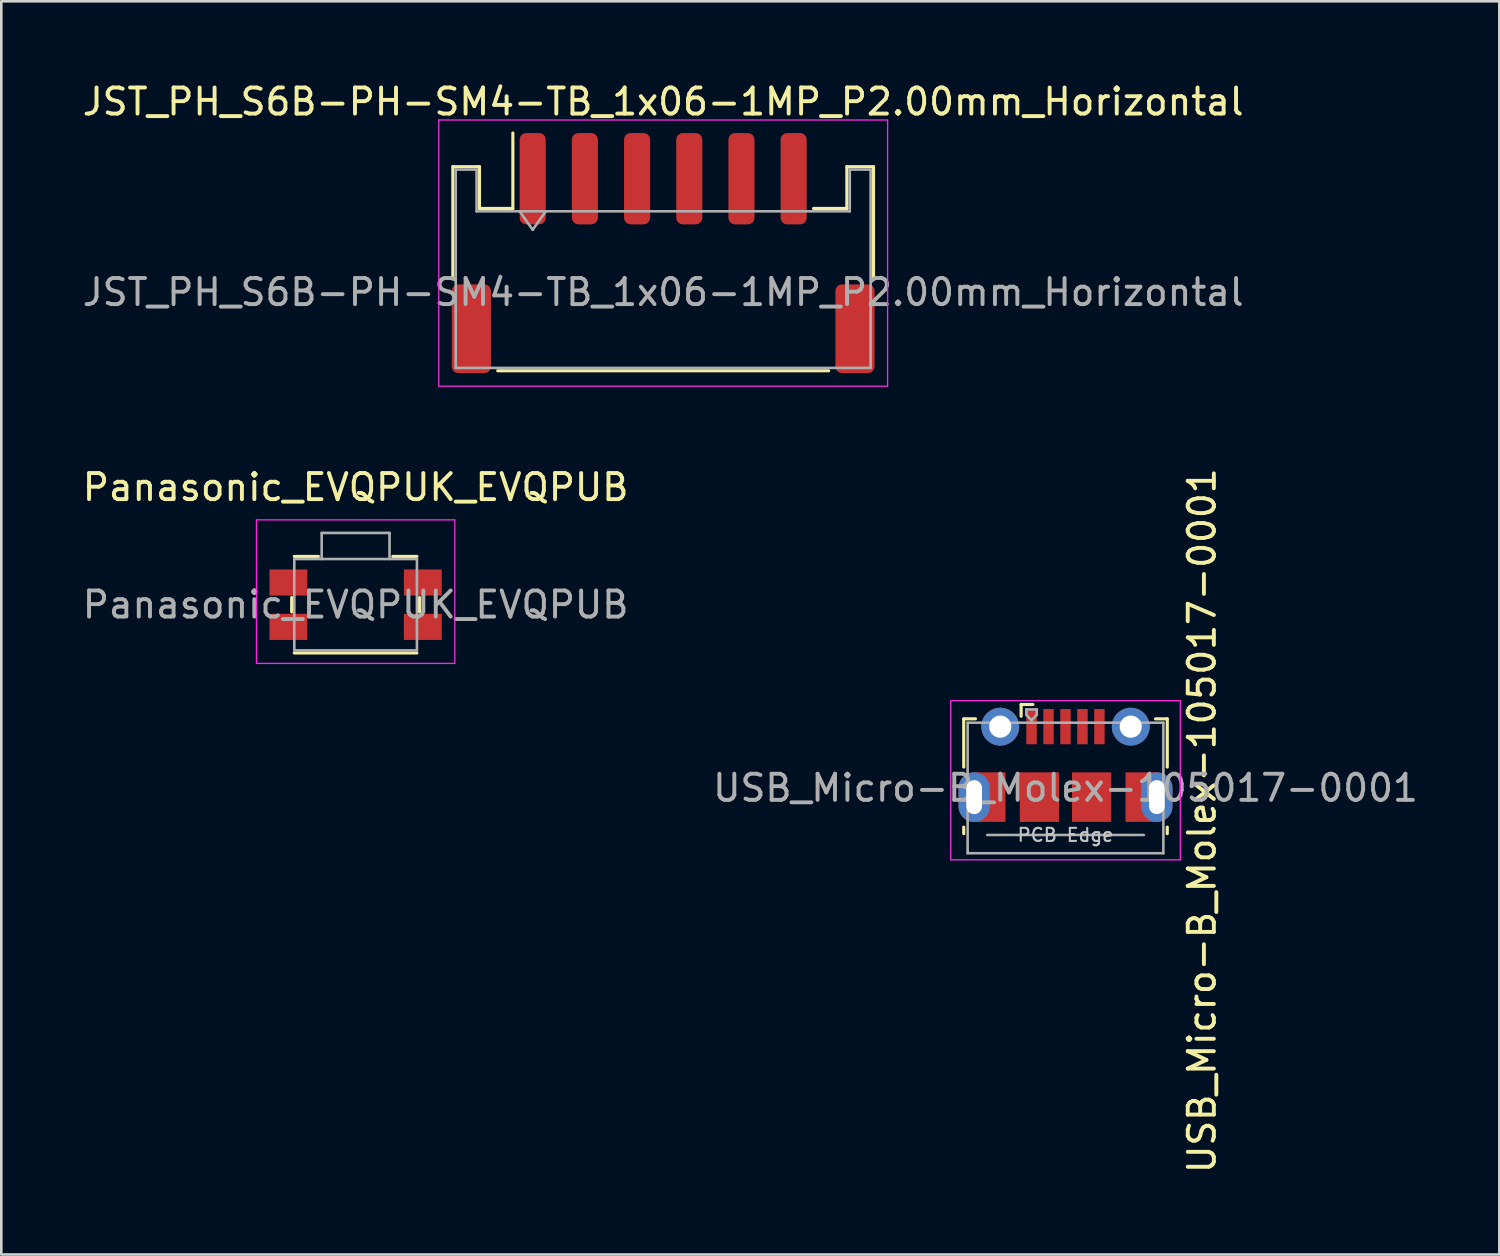
<source format=kicad_pcb>
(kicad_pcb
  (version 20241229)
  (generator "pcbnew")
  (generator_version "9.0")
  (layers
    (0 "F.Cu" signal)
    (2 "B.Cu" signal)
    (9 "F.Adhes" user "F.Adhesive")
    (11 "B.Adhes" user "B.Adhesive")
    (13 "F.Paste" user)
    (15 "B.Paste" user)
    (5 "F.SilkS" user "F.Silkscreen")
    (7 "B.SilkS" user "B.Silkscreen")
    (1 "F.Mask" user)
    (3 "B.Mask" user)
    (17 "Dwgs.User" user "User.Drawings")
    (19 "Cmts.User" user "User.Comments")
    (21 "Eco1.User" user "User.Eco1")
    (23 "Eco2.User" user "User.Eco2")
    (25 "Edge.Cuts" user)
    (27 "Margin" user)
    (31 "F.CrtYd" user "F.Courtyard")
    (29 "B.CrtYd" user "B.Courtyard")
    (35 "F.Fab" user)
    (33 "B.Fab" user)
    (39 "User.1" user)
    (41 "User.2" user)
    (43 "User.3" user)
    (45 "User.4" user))
  (footprint "USB_Micro-B_Molex-105017-0001"
    (layer "F.Cu")
    (at 37.78 26.258)
    (property "Reference" "USB_Micro-B_Molex-105017-0001" (at 5.23 2.14 90) (layer "F.SilkS") (effects (font (size 1 1) (thickness 0.15))))
    (attr smd)
    (fp_line (start -3.9 -1.762) (end -3.45 -1.762) (stroke (width 0.12) (type solid)) (layer "F.SilkS"))
    (fp_line (start -3.9 0.087) (end -3.9 -1.762) (stroke (width 0.12) (type solid)) (layer "F.SilkS"))
    (fp_line (start -3.9 2.638) (end -3.9 2.388) (stroke (width 0.12) (type solid)) (layer "F.SilkS"))
    (fp_line (start -1.7 -2.312) (end -1.7 -1.863) (stroke (width 0.12) (type solid)) (layer "F.SilkS"))
    (fp_line (start -1.7 -2.312) (end -1.25 -2.312) (stroke (width 0.12) (type solid)) (layer "F.SilkS"))
    (fp_line (start 3.9 -1.762) (end 3.45 -1.762) (stroke (width 0.12) (type solid)) (layer "F.SilkS"))
    (fp_line (start 3.9 0.087) (end 3.9 -1.762) (stroke (width 0.12) (type solid)) (layer "F.SilkS"))
    (fp_line (start 3.9 2.638) (end 3.9 2.388) (stroke (width 0.12) (type solid)) (layer "F.SilkS"))
    (fp_line (start -4.4 -2.46) (end 4.4 -2.46) (stroke (width 0.05) (type solid)) (layer "F.CrtYd"))
    (fp_line (start -4.4 3.64) (end -4.4 -2.46) (stroke (width 0.05) (type solid)) (layer "F.CrtYd"))
    (fp_line (start -4.4 3.64) (end 4.4 3.64) (stroke (width 0.05) (type solid)) (layer "F.CrtYd"))
    (fp_line (start 4.4 -2.46) (end 4.4 3.64) (stroke (width 0.05) (type solid)) (layer "F.CrtYd"))
    (fp_line (start -3.75 -1.613) (end 3.75 -1.613) (stroke (width 0.1) (type solid)) (layer "F.Fab"))
    (fp_line (start -3.75 3.388) (end -3.75 -1.613) (stroke (width 0.1) (type solid)) (layer "F.Fab"))
    (fp_line (start -3.75 3.389) (end 3.75 3.389) (stroke (width 0.1) (type solid)) (layer "F.Fab"))
    (fp_line (start -3 2.689) (end 3 2.689) (stroke (width 0.1) (type solid)) (layer "F.Fab"))
    (fp_line (start -1.5 -2.123) (end -1.5 -1.913) (stroke (width 0.1) (type solid)) (layer "F.Fab"))
    (fp_line (start -1.5 -2.123) (end -1.1 -2.123) (stroke (width 0.1) (type solid)) (layer "F.Fab"))
    (fp_line (start -1.3 -1.712) (end -1.5 -1.913) (stroke (width 0.1) (type solid)) (layer "F.Fab"))
    (fp_line (start -1.1 -2.123) (end -1.1 -1.913) (stroke (width 0.1) (type solid)) (layer "F.Fab"))
    (fp_line (start -1.1 -1.913) (end -1.3 -1.712) (stroke (width 0.1) (type solid)) (layer "F.Fab"))
    (fp_line (start 3.75 3.388) (end 3.75 -1.613) (stroke (width 0.1) (type solid)) (layer "F.Fab"))
    (fp_text user "PCB Edge" (at 0 2.688 0) (layer "Dwgs.User") (effects (font (size 0.5 0.5) (thickness 0.08))))
    (fp_text user "${REFERENCE}" (at 0 0.887 0) (layer "F.Fab") (effects (font (size 1 1) (thickness 0.15))))
    (pad "1" smd rect (at -1.3 -1.462) (size 0.4 1.35) (layers "F.Cu" "F.Mask" "F.Paste"))
    (pad "2" smd rect (at -0.65 -1.462) (size 0.4 1.35) (layers "F.Cu" "F.Mask" "F.Paste"))
    (pad "3" smd rect (at 0 -1.462) (size 0.4 1.35) (layers "F.Cu" "F.Mask" "F.Paste"))
    (pad "4" smd rect (at 0.65 -1.462) (size 0.4 1.35) (layers "F.Cu" "F.Mask" "F.Paste"))
    (pad "5" smd rect (at 1.3 -1.462) (size 0.4 1.35) (layers "F.Cu" "F.Mask" "F.Paste"))
    (pad "6" thru_hole oval (at -3.5 1.238 180) (size 1.2 1.9) (drill oval 0.6 1.3) (layers "*.Cu" "*.Mask"))
    (pad "6" smd rect (at -2.9 1.238) (size 1.2 1.9) (layers "F.Cu" "F.Mask"))
    (pad "6" thru_hole circle (at -2.5 -1.462) (size 1.45 1.45) (drill 0.85) (layers "*.Cu" "*.Mask"))
    (pad "6" smd rect (at -1 1.238) (size 1.5 1.9) (layers "F.Cu" "F.Mask" "F.Paste"))
    (pad "6" smd rect (at 1 1.238) (size 1.5 1.9) (layers "F.Cu" "F.Mask" "F.Paste"))
    (pad "6" thru_hole circle (at 2.5 -1.462) (size 1.45 1.45) (drill 0.85) (layers "*.Cu" "*.Mask"))
    (pad "6" smd rect (at 2.9 1.238) (size 1.2 1.9) (layers "F.Cu" "F.Mask"))
    (pad "6" thru_hole oval (at 3.5 1.238) (size 1.2 1.9) (drill oval 0.6 1.3) (layers "*.Cu" "*.Mask")))
  (footprint "Panasonic_EVQPUK_EVQPUB"
    (layer "F.Cu")
    (at 10.577 20.122)
    (property "Reference" "Panasonic_EVQPUK_EVQPUB" (at 0 -4.5 0) (layer "F.SilkS") (effects (font (size 1 1) (thickness 0.15))))
    (attr smd)
    (fp_line (start -2.45 0.275) (end -2.45 -0.275) (stroke (width 0.12) (type solid)) (layer "F.SilkS"))
    (fp_line (start -1.425 -1.85) (end -2.35 -1.85) (stroke (width 0.12) (type solid)) (layer "F.SilkS"))
    (fp_line (start 2.35 -1.85) (end 1.425 -1.85) (stroke (width 0.12) (type solid)) (layer "F.SilkS"))
    (fp_line (start 2.35 1.85) (end -2.35 1.85) (stroke (width 0.12) (type solid)) (layer "F.SilkS"))
    (fp_line (start 2.45 0.275) (end 2.45 -0.275) (stroke (width 0.12) (type solid)) (layer "F.SilkS"))
    (fp_line (start -3.8 2.25) (end -3.8 -3.25) (stroke (width 0.05) (type solid)) (layer "F.CrtYd"))
    (fp_line (start 3.8 -3.25) (end -3.8 -3.25) (stroke (width 0.05) (type solid)) (layer "F.CrtYd"))
    (fp_line (start 3.8 2.25) (end -3.8 2.25) (stroke (width 0.05) (type solid)) (layer "F.CrtYd"))
    (fp_line (start 3.8 2.25) (end 3.8 -3.25) (stroke (width 0.05) (type solid)) (layer "F.CrtYd"))
    (fp_line (start -2.35 1.75) (end -2.35 -1.75) (stroke (width 0.1) (type solid)) (layer "F.Fab"))
    (fp_line (start -1.3 -2.75) (end -1.3 -1.75) (stroke (width 0.1) (type solid)) (layer "F.Fab"))
    (fp_line (start 1.3 -2.75) (end -1.3 -2.75) (stroke (width 0.1) (type solid)) (layer "F.Fab"))
    (fp_line (start 1.3 -2.75) (end 1.3 -1.75) (stroke (width 0.1) (type solid)) (layer "F.Fab"))
    (fp_line (start 2.35 -1.75) (end -2.35 -1.75) (stroke (width 0.1) (type solid)) (layer "F.Fab"))
    (fp_line (start 2.35 1.75) (end -2.35 1.75) (stroke (width 0.1) (type solid)) (layer "F.Fab"))
    (fp_line (start 2.35 1.75) (end 2.35 -1.75) (stroke (width 0.1) (type solid)) (layer "F.Fab"))
    (fp_text user "${REFERENCE}" (at 0 0 0) (layer "F.Fab") (effects (font (size 1 1) (thickness 0.15))))
    (pad "1" smd rect (at -2.575 -0.85 180) (size 1.45 1) (layers "F.Cu" "F.Mask" "F.Paste"))
    (pad "1" smd rect (at 2.575 -0.85 180) (size 1.45 1) (layers "F.Cu" "F.Mask" "F.Paste"))
    (pad "2" smd rect (at -2.575 0.85 180) (size 1.45 1) (layers "F.Cu" "F.Mask" "F.Paste"))
    (pad "2" smd rect (at 2.575 0.85 180) (size 1.45 1) (layers "F.Cu" "F.Mask" "F.Paste")))
  (footprint "JST_PH_S6B-PH-SM4-TB_1x06-1MP_P2.00mm_Horizontal"
    (layer "F.Cu")
    (at 22.363 6.648)
    (property "Reference" "JST_PH_S6B-PH-SM4-TB_1x06-1MP_P2.00mm_Horizontal" (at 0 -5.8 0) (layer "F.SilkS") (effects (font (size 1 1) (thickness 0.15))))
    (attr smd)
    (fp_line (start -8.06 -3.31) (end -7.04 -3.31) (stroke (width 0.12) (type solid)) (layer "F.SilkS"))
    (fp_line (start -8.06 0.94) (end -8.06 -3.31) (stroke (width 0.12) (type solid)) (layer "F.SilkS"))
    (fp_line (start -7.04 -3.31) (end -7.04 -1.71) (stroke (width 0.12) (type solid)) (layer "F.SilkS"))
    (fp_line (start -7.04 -1.71) (end -5.76 -1.71) (stroke (width 0.12) (type solid)) (layer "F.SilkS"))
    (fp_line (start -6.34 4.51) (end 6.34 4.51) (stroke (width 0.12) (type solid)) (layer "F.SilkS"))
    (fp_line (start -5.76 -1.71) (end -5.76 -4.6) (stroke (width 0.12) (type solid)) (layer "F.SilkS"))
    (fp_line (start 7.04 -3.31) (end 7.04 -1.71) (stroke (width 0.12) (type solid)) (layer "F.SilkS"))
    (fp_line (start 7.04 -1.71) (end 5.76 -1.71) (stroke (width 0.12) (type solid)) (layer "F.SilkS"))
    (fp_line (start 8.06 -3.31) (end 7.04 -3.31) (stroke (width 0.12) (type solid)) (layer "F.SilkS"))
    (fp_line (start 8.06 0.94) (end 8.06 -3.31) (stroke (width 0.12) (type solid)) (layer "F.SilkS"))
    (fp_line (start -8.6 -5.1) (end -8.6 5.1) (stroke (width 0.05) (type solid)) (layer "F.CrtYd"))
    (fp_line (start -8.6 5.1) (end 8.6 5.1) (stroke (width 0.05) (type solid)) (layer "F.CrtYd"))
    (fp_line (start 8.6 -5.1) (end -8.6 -5.1) (stroke (width 0.05) (type solid)) (layer "F.CrtYd"))
    (fp_line (start 8.6 5.1) (end 8.6 -5.1) (stroke (width 0.05) (type solid)) (layer "F.CrtYd"))
    (fp_line (start -7.95 -3.2) (end -7.95 4.4) (stroke (width 0.1) (type solid)) (layer "F.Fab"))
    (fp_line (start -7.95 -3.2) (end -7.15 -3.2) (stroke (width 0.1) (type solid)) (layer "F.Fab"))
    (fp_line (start -7.95 4.4) (end 7.95 4.4) (stroke (width 0.1) (type solid)) (layer "F.Fab"))
    (fp_line (start -7.15 -3.2) (end -7.15 -1.6) (stroke (width 0.1) (type solid)) (layer "F.Fab"))
    (fp_line (start -7.15 -1.6) (end 7.15 -1.6) (stroke (width 0.1) (type solid)) (layer "F.Fab"))
    (fp_line (start -5.5 -1.6) (end -5 -0.893) (stroke (width 0.1) (type solid)) (layer "F.Fab"))
    (fp_line (start -5 -0.893) (end -4.5 -1.6) (stroke (width 0.1) (type solid)) (layer "F.Fab"))
    (fp_line (start 7.15 -3.2) (end 7.95 -3.2) (stroke (width 0.1) (type solid)) (layer "F.Fab"))
    (fp_line (start 7.15 -1.6) (end 7.15 -3.2) (stroke (width 0.1) (type solid)) (layer "F.Fab"))
    (fp_line (start 7.95 -3.2) (end 7.95 4.4) (stroke (width 0.1) (type solid)) (layer "F.Fab"))
    (fp_text user "${REFERENCE}" (at 0 1.5 0) (layer "F.Fab") (effects (font (size 1 1) (thickness 0.15))))
    (pad "1" smd roundrect (at -5 -2.85) (size 1 3.5) (layers "F.Cu" "F.Mask" "F.Paste") (roundrect_rratio 0.25))
    (pad "2" smd roundrect (at -3 -2.85) (size 1 3.5) (layers "F.Cu" "F.Mask" "F.Paste") (roundrect_rratio 0.25))
    (pad "3" smd roundrect (at -1 -2.85) (size 1 3.5) (layers "F.Cu" "F.Mask" "F.Paste") (roundrect_rratio 0.25))
    (pad "4" smd roundrect (at 1 -2.85) (size 1 3.5) (layers "F.Cu" "F.Mask" "F.Paste") (roundrect_rratio 0.25))
    (pad "5" smd roundrect (at 3 -2.85) (size 1 3.5) (layers "F.Cu" "F.Mask" "F.Paste") (roundrect_rratio 0.25))
    (pad "6" smd roundrect (at 5 -2.85) (size 1 3.5) (layers "F.Cu" "F.Mask" "F.Paste") (roundrect_rratio 0.25))
    (pad "MP" smd roundrect (at -7.35 2.9) (size 1.5 3.4) (layers "F.Cu" "F.Mask" "F.Paste") (roundrect_rratio 0.167))
    (pad "MP" smd roundrect (at 7.35 2.9) (size 1.5 3.4) (layers "F.Cu" "F.Mask" "F.Paste") (roundrect_rratio 0.167)))
  (gr_rect
    (start -3 -3)
    (end 54.405 45.023)
    (stroke (width 0.1) (type default))
    (fill no)
    (layer "Edge.Cuts")))
</source>
